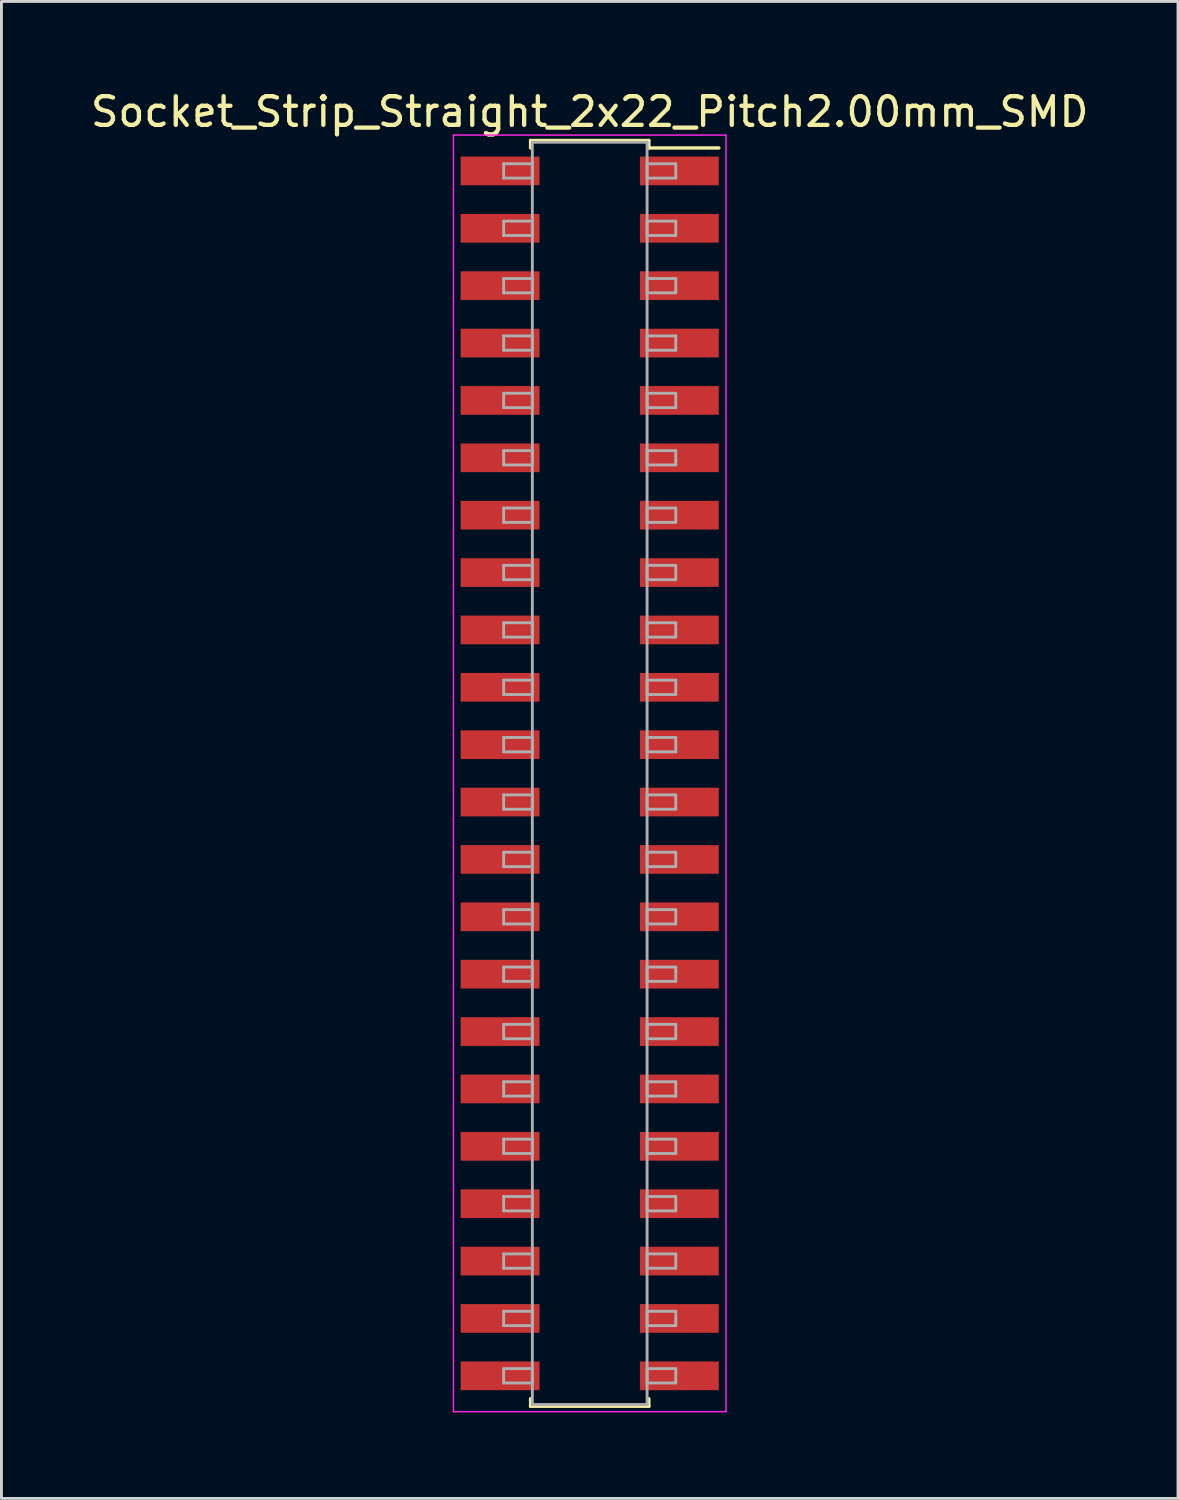
<source format=kicad_pcb>
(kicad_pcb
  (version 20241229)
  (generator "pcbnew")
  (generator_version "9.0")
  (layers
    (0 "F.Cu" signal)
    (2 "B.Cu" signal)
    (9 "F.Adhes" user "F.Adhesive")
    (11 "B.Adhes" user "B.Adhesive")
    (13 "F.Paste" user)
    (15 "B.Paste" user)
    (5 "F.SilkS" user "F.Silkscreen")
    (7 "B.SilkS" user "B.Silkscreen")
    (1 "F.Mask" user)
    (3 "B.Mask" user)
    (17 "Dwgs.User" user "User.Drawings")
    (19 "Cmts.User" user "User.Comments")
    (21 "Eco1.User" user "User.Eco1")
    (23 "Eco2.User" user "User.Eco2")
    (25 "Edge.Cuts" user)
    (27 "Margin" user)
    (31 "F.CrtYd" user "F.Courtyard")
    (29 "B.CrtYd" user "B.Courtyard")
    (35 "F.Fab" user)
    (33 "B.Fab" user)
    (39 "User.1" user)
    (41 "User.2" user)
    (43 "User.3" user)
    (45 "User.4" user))
  (footprint "Socket_Strip_Straight_2x22_Pitch2.00mm_SMD"
    (layer "F.Cu")
    (at 17.506 23.908)
    (property "Reference" "Socket_Strip_Straight_2x22_Pitch2.00mm_SMD" (at 0 -23.06 0) (layer "F.SilkS") (effects (font (size 1 1) (thickness 0.15))))
    (attr smd)
    (fp_line (start -2.06 -22.06) (end 2.06 -22.06) (stroke (width 0.12) (type solid)) (layer "F.SilkS"))
    (fp_line (start -2.06 -21.8) (end -2.06 -22.06) (stroke (width 0.12) (type solid)) (layer "F.SilkS"))
    (fp_line (start -2.06 21.8) (end -2.06 22.06) (stroke (width 0.12) (type solid)) (layer "F.SilkS"))
    (fp_line (start -2.06 22.06) (end 2.06 22.06) (stroke (width 0.12) (type solid)) (layer "F.SilkS"))
    (fp_line (start 2.06 -22.06) (end 2.06 -21.8) (stroke (width 0.12) (type solid)) (layer "F.SilkS"))
    (fp_line (start 2.06 22.06) (end 2.06 21.8) (stroke (width 0.12) (type solid)) (layer "F.SilkS"))
    (fp_line (start 4.5 -21.8) (end 2.06 -21.8) (stroke (width 0.12) (type solid)) (layer "F.SilkS"))
    (fp_line (start -4.75 -22.25) (end -4.75 22.25) (stroke (width 0.05) (type solid)) (layer "F.CrtYd"))
    (fp_line (start -4.75 22.25) (end 4.75 22.25) (stroke (width 0.05) (type solid)) (layer "F.CrtYd"))
    (fp_line (start 4.75 -22.25) (end -4.75 -22.25) (stroke (width 0.05) (type solid)) (layer "F.CrtYd"))
    (fp_line (start 4.75 22.25) (end 4.75 -22.25) (stroke (width 0.05) (type solid)) (layer "F.CrtYd"))
    (fp_line (start -3 -21.25) (end -2 -21.25) (stroke (width 0.1) (type solid)) (layer "F.Fab"))
    (fp_line (start -3 -20.75) (end -3 -21.25) (stroke (width 0.1) (type solid)) (layer "F.Fab"))
    (fp_line (start -3 -19.25) (end -2 -19.25) (stroke (width 0.1) (type solid)) (layer "F.Fab"))
    (fp_line (start -3 -18.75) (end -3 -19.25) (stroke (width 0.1) (type solid)) (layer "F.Fab"))
    (fp_line (start -3 -17.25) (end -2 -17.25) (stroke (width 0.1) (type solid)) (layer "F.Fab"))
    (fp_line (start -3 -16.75) (end -3 -17.25) (stroke (width 0.1) (type solid)) (layer "F.Fab"))
    (fp_line (start -3 -15.25) (end -2 -15.25) (stroke (width 0.1) (type solid)) (layer "F.Fab"))
    (fp_line (start -3 -14.75) (end -3 -15.25) (stroke (width 0.1) (type solid)) (layer "F.Fab"))
    (fp_line (start -3 -13.25) (end -2 -13.25) (stroke (width 0.1) (type solid)) (layer "F.Fab"))
    (fp_line (start -3 -12.75) (end -3 -13.25) (stroke (width 0.1) (type solid)) (layer "F.Fab"))
    (fp_line (start -3 -11.25) (end -2 -11.25) (stroke (width 0.1) (type solid)) (layer "F.Fab"))
    (fp_line (start -3 -10.75) (end -3 -11.25) (stroke (width 0.1) (type solid)) (layer "F.Fab"))
    (fp_line (start -3 -9.25) (end -2 -9.25) (stroke (width 0.1) (type solid)) (layer "F.Fab"))
    (fp_line (start -3 -8.75) (end -3 -9.25) (stroke (width 0.1) (type solid)) (layer "F.Fab"))
    (fp_line (start -3 -7.25) (end -2 -7.25) (stroke (width 0.1) (type solid)) (layer "F.Fab"))
    (fp_line (start -3 -6.75) (end -3 -7.25) (stroke (width 0.1) (type solid)) (layer "F.Fab"))
    (fp_line (start -3 -5.25) (end -2 -5.25) (stroke (width 0.1) (type solid)) (layer "F.Fab"))
    (fp_line (start -3 -4.75) (end -3 -5.25) (stroke (width 0.1) (type solid)) (layer "F.Fab"))
    (fp_line (start -3 -3.25) (end -2 -3.25) (stroke (width 0.1) (type solid)) (layer "F.Fab"))
    (fp_line (start -3 -2.75) (end -3 -3.25) (stroke (width 0.1) (type solid)) (layer "F.Fab"))
    (fp_line (start -3 -1.25) (end -2 -1.25) (stroke (width 0.1) (type solid)) (layer "F.Fab"))
    (fp_line (start -3 -0.75) (end -3 -1.25) (stroke (width 0.1) (type solid)) (layer "F.Fab"))
    (fp_line (start -3 0.75) (end -2 0.75) (stroke (width 0.1) (type solid)) (layer "F.Fab"))
    (fp_line (start -3 1.25) (end -3 0.75) (stroke (width 0.1) (type solid)) (layer "F.Fab"))
    (fp_line (start -3 2.75) (end -2 2.75) (stroke (width 0.1) (type solid)) (layer "F.Fab"))
    (fp_line (start -3 3.25) (end -3 2.75) (stroke (width 0.1) (type solid)) (layer "F.Fab"))
    (fp_line (start -3 4.75) (end -2 4.75) (stroke (width 0.1) (type solid)) (layer "F.Fab"))
    (fp_line (start -3 5.25) (end -3 4.75) (stroke (width 0.1) (type solid)) (layer "F.Fab"))
    (fp_line (start -3 6.75) (end -2 6.75) (stroke (width 0.1) (type solid)) (layer "F.Fab"))
    (fp_line (start -3 7.25) (end -3 6.75) (stroke (width 0.1) (type solid)) (layer "F.Fab"))
    (fp_line (start -3 8.75) (end -2 8.75) (stroke (width 0.1) (type solid)) (layer "F.Fab"))
    (fp_line (start -3 9.25) (end -3 8.75) (stroke (width 0.1) (type solid)) (layer "F.Fab"))
    (fp_line (start -3 10.75) (end -2 10.75) (stroke (width 0.1) (type solid)) (layer "F.Fab"))
    (fp_line (start -3 11.25) (end -3 10.75) (stroke (width 0.1) (type solid)) (layer "F.Fab"))
    (fp_line (start -3 12.75) (end -2 12.75) (stroke (width 0.1) (type solid)) (layer "F.Fab"))
    (fp_line (start -3 13.25) (end -3 12.75) (stroke (width 0.1) (type solid)) (layer "F.Fab"))
    (fp_line (start -3 14.75) (end -2 14.75) (stroke (width 0.1) (type solid)) (layer "F.Fab"))
    (fp_line (start -3 15.25) (end -3 14.75) (stroke (width 0.1) (type solid)) (layer "F.Fab"))
    (fp_line (start -3 16.75) (end -2 16.75) (stroke (width 0.1) (type solid)) (layer "F.Fab"))
    (fp_line (start -3 17.25) (end -3 16.75) (stroke (width 0.1) (type solid)) (layer "F.Fab"))
    (fp_line (start -3 18.75) (end -2 18.75) (stroke (width 0.1) (type solid)) (layer "F.Fab"))
    (fp_line (start -3 19.25) (end -3 18.75) (stroke (width 0.1) (type solid)) (layer "F.Fab"))
    (fp_line (start -3 20.75) (end -2 20.75) (stroke (width 0.1) (type solid)) (layer "F.Fab"))
    (fp_line (start -3 21.25) (end -3 20.75) (stroke (width 0.1) (type solid)) (layer "F.Fab"))
    (fp_line (start -2 -22) (end -2 22) (stroke (width 0.1) (type solid)) (layer "F.Fab"))
    (fp_line (start -2 -21.25) (end -2 -20.75) (stroke (width 0.1) (type solid)) (layer "F.Fab"))
    (fp_line (start -2 -20.75) (end -3 -20.75) (stroke (width 0.1) (type solid)) (layer "F.Fab"))
    (fp_line (start -2 -19.25) (end -2 -18.75) (stroke (width 0.1) (type solid)) (layer "F.Fab"))
    (fp_line (start -2 -18.75) (end -3 -18.75) (stroke (width 0.1) (type solid)) (layer "F.Fab"))
    (fp_line (start -2 -17.25) (end -2 -16.75) (stroke (width 0.1) (type solid)) (layer "F.Fab"))
    (fp_line (start -2 -16.75) (end -3 -16.75) (stroke (width 0.1) (type solid)) (layer "F.Fab"))
    (fp_line (start -2 -15.25) (end -2 -14.75) (stroke (width 0.1) (type solid)) (layer "F.Fab"))
    (fp_line (start -2 -14.75) (end -3 -14.75) (stroke (width 0.1) (type solid)) (layer "F.Fab"))
    (fp_line (start -2 -13.25) (end -2 -12.75) (stroke (width 0.1) (type solid)) (layer "F.Fab"))
    (fp_line (start -2 -12.75) (end -3 -12.75) (stroke (width 0.1) (type solid)) (layer "F.Fab"))
    (fp_line (start -2 -11.25) (end -2 -10.75) (stroke (width 0.1) (type solid)) (layer "F.Fab"))
    (fp_line (start -2 -10.75) (end -3 -10.75) (stroke (width 0.1) (type solid)) (layer "F.Fab"))
    (fp_line (start -2 -9.25) (end -2 -8.75) (stroke (width 0.1) (type solid)) (layer "F.Fab"))
    (fp_line (start -2 -8.75) (end -3 -8.75) (stroke (width 0.1) (type solid)) (layer "F.Fab"))
    (fp_line (start -2 -7.25) (end -2 -6.75) (stroke (width 0.1) (type solid)) (layer "F.Fab"))
    (fp_line (start -2 -6.75) (end -3 -6.75) (stroke (width 0.1) (type solid)) (layer "F.Fab"))
    (fp_line (start -2 -5.25) (end -2 -4.75) (stroke (width 0.1) (type solid)) (layer "F.Fab"))
    (fp_line (start -2 -4.75) (end -3 -4.75) (stroke (width 0.1) (type solid)) (layer "F.Fab"))
    (fp_line (start -2 -3.25) (end -2 -2.75) (stroke (width 0.1) (type solid)) (layer "F.Fab"))
    (fp_line (start -2 -2.75) (end -3 -2.75) (stroke (width 0.1) (type solid)) (layer "F.Fab"))
    (fp_line (start -2 -1.25) (end -2 -0.75) (stroke (width 0.1) (type solid)) (layer "F.Fab"))
    (fp_line (start -2 -0.75) (end -3 -0.75) (stroke (width 0.1) (type solid)) (layer "F.Fab"))
    (fp_line (start -2 0.75) (end -2 1.25) (stroke (width 0.1) (type solid)) (layer "F.Fab"))
    (fp_line (start -2 1.25) (end -3 1.25) (stroke (width 0.1) (type solid)) (layer "F.Fab"))
    (fp_line (start -2 2.75) (end -2 3.25) (stroke (width 0.1) (type solid)) (layer "F.Fab"))
    (fp_line (start -2 3.25) (end -3 3.25) (stroke (width 0.1) (type solid)) (layer "F.Fab"))
    (fp_line (start -2 4.75) (end -2 5.25) (stroke (width 0.1) (type solid)) (layer "F.Fab"))
    (fp_line (start -2 5.25) (end -3 5.25) (stroke (width 0.1) (type solid)) (layer "F.Fab"))
    (fp_line (start -2 6.75) (end -2 7.25) (stroke (width 0.1) (type solid)) (layer "F.Fab"))
    (fp_line (start -2 7.25) (end -3 7.25) (stroke (width 0.1) (type solid)) (layer "F.Fab"))
    (fp_line (start -2 8.75) (end -2 9.25) (stroke (width 0.1) (type solid)) (layer "F.Fab"))
    (fp_line (start -2 9.25) (end -3 9.25) (stroke (width 0.1) (type solid)) (layer "F.Fab"))
    (fp_line (start -2 10.75) (end -2 11.25) (stroke (width 0.1) (type solid)) (layer "F.Fab"))
    (fp_line (start -2 11.25) (end -3 11.25) (stroke (width 0.1) (type solid)) (layer "F.Fab"))
    (fp_line (start -2 12.75) (end -2 13.25) (stroke (width 0.1) (type solid)) (layer "F.Fab"))
    (fp_line (start -2 13.25) (end -3 13.25) (stroke (width 0.1) (type solid)) (layer "F.Fab"))
    (fp_line (start -2 14.75) (end -2 15.25) (stroke (width 0.1) (type solid)) (layer "F.Fab"))
    (fp_line (start -2 15.25) (end -3 15.25) (stroke (width 0.1) (type solid)) (layer "F.Fab"))
    (fp_line (start -2 16.75) (end -2 17.25) (stroke (width 0.1) (type solid)) (layer "F.Fab"))
    (fp_line (start -2 17.25) (end -3 17.25) (stroke (width 0.1) (type solid)) (layer "F.Fab"))
    (fp_line (start -2 18.75) (end -2 19.25) (stroke (width 0.1) (type solid)) (layer "F.Fab"))
    (fp_line (start -2 19.25) (end -3 19.25) (stroke (width 0.1) (type solid)) (layer "F.Fab"))
    (fp_line (start -2 20.75) (end -2 21.25) (stroke (width 0.1) (type solid)) (layer "F.Fab"))
    (fp_line (start -2 21.25) (end -3 21.25) (stroke (width 0.1) (type solid)) (layer "F.Fab"))
    (fp_line (start -2 22) (end 2 22) (stroke (width 0.1) (type solid)) (layer "F.Fab"))
    (fp_line (start 2 -22) (end -2 -22) (stroke (width 0.1) (type solid)) (layer "F.Fab"))
    (fp_line (start 2 -21.25) (end 2 -20.75) (stroke (width 0.1) (type solid)) (layer "F.Fab"))
    (fp_line (start 2 -20.75) (end 3 -20.75) (stroke (width 0.1) (type solid)) (layer "F.Fab"))
    (fp_line (start 2 -19.25) (end 2 -18.75) (stroke (width 0.1) (type solid)) (layer "F.Fab"))
    (fp_line (start 2 -18.75) (end 3 -18.75) (stroke (width 0.1) (type solid)) (layer "F.Fab"))
    (fp_line (start 2 -17.25) (end 2 -16.75) (stroke (width 0.1) (type solid)) (layer "F.Fab"))
    (fp_line (start 2 -16.75) (end 3 -16.75) (stroke (width 0.1) (type solid)) (layer "F.Fab"))
    (fp_line (start 2 -15.25) (end 2 -14.75) (stroke (width 0.1) (type solid)) (layer "F.Fab"))
    (fp_line (start 2 -14.75) (end 3 -14.75) (stroke (width 0.1) (type solid)) (layer "F.Fab"))
    (fp_line (start 2 -13.25) (end 2 -12.75) (stroke (width 0.1) (type solid)) (layer "F.Fab"))
    (fp_line (start 2 -12.75) (end 3 -12.75) (stroke (width 0.1) (type solid)) (layer "F.Fab"))
    (fp_line (start 2 -11.25) (end 2 -10.75) (stroke (width 0.1) (type solid)) (layer "F.Fab"))
    (fp_line (start 2 -10.75) (end 3 -10.75) (stroke (width 0.1) (type solid)) (layer "F.Fab"))
    (fp_line (start 2 -9.25) (end 2 -8.75) (stroke (width 0.1) (type solid)) (layer "F.Fab"))
    (fp_line (start 2 -8.75) (end 3 -8.75) (stroke (width 0.1) (type solid)) (layer "F.Fab"))
    (fp_line (start 2 -7.25) (end 2 -6.75) (stroke (width 0.1) (type solid)) (layer "F.Fab"))
    (fp_line (start 2 -6.75) (end 3 -6.75) (stroke (width 0.1) (type solid)) (layer "F.Fab"))
    (fp_line (start 2 -5.25) (end 2 -4.75) (stroke (width 0.1) (type solid)) (layer "F.Fab"))
    (fp_line (start 2 -4.75) (end 3 -4.75) (stroke (width 0.1) (type solid)) (layer "F.Fab"))
    (fp_line (start 2 -3.25) (end 2 -2.75) (stroke (width 0.1) (type solid)) (layer "F.Fab"))
    (fp_line (start 2 -2.75) (end 3 -2.75) (stroke (width 0.1) (type solid)) (layer "F.Fab"))
    (fp_line (start 2 -1.25) (end 2 -0.75) (stroke (width 0.1) (type solid)) (layer "F.Fab"))
    (fp_line (start 2 -0.75) (end 3 -0.75) (stroke (width 0.1) (type solid)) (layer "F.Fab"))
    (fp_line (start 2 0.75) (end 2 1.25) (stroke (width 0.1) (type solid)) (layer "F.Fab"))
    (fp_line (start 2 1.25) (end 3 1.25) (stroke (width 0.1) (type solid)) (layer "F.Fab"))
    (fp_line (start 2 2.75) (end 2 3.25) (stroke (width 0.1) (type solid)) (layer "F.Fab"))
    (fp_line (start 2 3.25) (end 3 3.25) (stroke (width 0.1) (type solid)) (layer "F.Fab"))
    (fp_line (start 2 4.75) (end 2 5.25) (stroke (width 0.1) (type solid)) (layer "F.Fab"))
    (fp_line (start 2 5.25) (end 3 5.25) (stroke (width 0.1) (type solid)) (layer "F.Fab"))
    (fp_line (start 2 6.75) (end 2 7.25) (stroke (width 0.1) (type solid)) (layer "F.Fab"))
    (fp_line (start 2 7.25) (end 3 7.25) (stroke (width 0.1) (type solid)) (layer "F.Fab"))
    (fp_line (start 2 8.75) (end 2 9.25) (stroke (width 0.1) (type solid)) (layer "F.Fab"))
    (fp_line (start 2 9.25) (end 3 9.25) (stroke (width 0.1) (type solid)) (layer "F.Fab"))
    (fp_line (start 2 10.75) (end 2 11.25) (stroke (width 0.1) (type solid)) (layer "F.Fab"))
    (fp_line (start 2 11.25) (end 3 11.25) (stroke (width 0.1) (type solid)) (layer "F.Fab"))
    (fp_line (start 2 12.75) (end 2 13.25) (stroke (width 0.1) (type solid)) (layer "F.Fab"))
    (fp_line (start 2 13.25) (end 3 13.25) (stroke (width 0.1) (type solid)) (layer "F.Fab"))
    (fp_line (start 2 14.75) (end 2 15.25) (stroke (width 0.1) (type solid)) (layer "F.Fab"))
    (fp_line (start 2 15.25) (end 3 15.25) (stroke (width 0.1) (type solid)) (layer "F.Fab"))
    (fp_line (start 2 16.75) (end 2 17.25) (stroke (width 0.1) (type solid)) (layer "F.Fab"))
    (fp_line (start 2 17.25) (end 3 17.25) (stroke (width 0.1) (type solid)) (layer "F.Fab"))
    (fp_line (start 2 18.75) (end 2 19.25) (stroke (width 0.1) (type solid)) (layer "F.Fab"))
    (fp_line (start 2 19.25) (end 3 19.25) (stroke (width 0.1) (type solid)) (layer "F.Fab"))
    (fp_line (start 2 20.75) (end 2 21.25) (stroke (width 0.1) (type solid)) (layer "F.Fab"))
    (fp_line (start 2 21.25) (end 3 21.25) (stroke (width 0.1) (type solid)) (layer "F.Fab"))
    (fp_line (start 2 22) (end 2 -22) (stroke (width 0.1) (type solid)) (layer "F.Fab"))
    (fp_line (start 3 -21.25) (end 2 -21.25) (stroke (width 0.1) (type solid)) (layer "F.Fab"))
    (fp_line (start 3 -20.75) (end 3 -21.25) (stroke (width 0.1) (type solid)) (layer "F.Fab"))
    (fp_line (start 3 -19.25) (end 2 -19.25) (stroke (width 0.1) (type solid)) (layer "F.Fab"))
    (fp_line (start 3 -18.75) (end 3 -19.25) (stroke (width 0.1) (type solid)) (layer "F.Fab"))
    (fp_line (start 3 -17.25) (end 2 -17.25) (stroke (width 0.1) (type solid)) (layer "F.Fab"))
    (fp_line (start 3 -16.75) (end 3 -17.25) (stroke (width 0.1) (type solid)) (layer "F.Fab"))
    (fp_line (start 3 -15.25) (end 2 -15.25) (stroke (width 0.1) (type solid)) (layer "F.Fab"))
    (fp_line (start 3 -14.75) (end 3 -15.25) (stroke (width 0.1) (type solid)) (layer "F.Fab"))
    (fp_line (start 3 -13.25) (end 2 -13.25) (stroke (width 0.1) (type solid)) (layer "F.Fab"))
    (fp_line (start 3 -12.75) (end 3 -13.25) (stroke (width 0.1) (type solid)) (layer "F.Fab"))
    (fp_line (start 3 -11.25) (end 2 -11.25) (stroke (width 0.1) (type solid)) (layer "F.Fab"))
    (fp_line (start 3 -10.75) (end 3 -11.25) (stroke (width 0.1) (type solid)) (layer "F.Fab"))
    (fp_line (start 3 -9.25) (end 2 -9.25) (stroke (width 0.1) (type solid)) (layer "F.Fab"))
    (fp_line (start 3 -8.75) (end 3 -9.25) (stroke (width 0.1) (type solid)) (layer "F.Fab"))
    (fp_line (start 3 -7.25) (end 2 -7.25) (stroke (width 0.1) (type solid)) (layer "F.Fab"))
    (fp_line (start 3 -6.75) (end 3 -7.25) (stroke (width 0.1) (type solid)) (layer "F.Fab"))
    (fp_line (start 3 -5.25) (end 2 -5.25) (stroke (width 0.1) (type solid)) (layer "F.Fab"))
    (fp_line (start 3 -4.75) (end 3 -5.25) (stroke (width 0.1) (type solid)) (layer "F.Fab"))
    (fp_line (start 3 -3.25) (end 2 -3.25) (stroke (width 0.1) (type solid)) (layer "F.Fab"))
    (fp_line (start 3 -2.75) (end 3 -3.25) (stroke (width 0.1) (type solid)) (layer "F.Fab"))
    (fp_line (start 3 -1.25) (end 2 -1.25) (stroke (width 0.1) (type solid)) (layer "F.Fab"))
    (fp_line (start 3 -0.75) (end 3 -1.25) (stroke (width 0.1) (type solid)) (layer "F.Fab"))
    (fp_line (start 3 0.75) (end 2 0.75) (stroke (width 0.1) (type solid)) (layer "F.Fab"))
    (fp_line (start 3 1.25) (end 3 0.75) (stroke (width 0.1) (type solid)) (layer "F.Fab"))
    (fp_line (start 3 2.75) (end 2 2.75) (stroke (width 0.1) (type solid)) (layer "F.Fab"))
    (fp_line (start 3 3.25) (end 3 2.75) (stroke (width 0.1) (type solid)) (layer "F.Fab"))
    (fp_line (start 3 4.75) (end 2 4.75) (stroke (width 0.1) (type solid)) (layer "F.Fab"))
    (fp_line (start 3 5.25) (end 3 4.75) (stroke (width 0.1) (type solid)) (layer "F.Fab"))
    (fp_line (start 3 6.75) (end 2 6.75) (stroke (width 0.1) (type solid)) (layer "F.Fab"))
    (fp_line (start 3 7.25) (end 3 6.75) (stroke (width 0.1) (type solid)) (layer "F.Fab"))
    (fp_line (start 3 8.75) (end 2 8.75) (stroke (width 0.1) (type solid)) (layer "F.Fab"))
    (fp_line (start 3 9.25) (end 3 8.75) (stroke (width 0.1) (type solid)) (layer "F.Fab"))
    (fp_line (start 3 10.75) (end 2 10.75) (stroke (width 0.1) (type solid)) (layer "F.Fab"))
    (fp_line (start 3 11.25) (end 3 10.75) (stroke (width 0.1) (type solid)) (layer "F.Fab"))
    (fp_line (start 3 12.75) (end 2 12.75) (stroke (width 0.1) (type solid)) (layer "F.Fab"))
    (fp_line (start 3 13.25) (end 3 12.75) (stroke (width 0.1) (type solid)) (layer "F.Fab"))
    (fp_line (start 3 14.75) (end 2 14.75) (stroke (width 0.1) (type solid)) (layer "F.Fab"))
    (fp_line (start 3 15.25) (end 3 14.75) (stroke (width 0.1) (type solid)) (layer "F.Fab"))
    (fp_line (start 3 16.75) (end 2 16.75) (stroke (width 0.1) (type solid)) (layer "F.Fab"))
    (fp_line (start 3 17.25) (end 3 16.75) (stroke (width 0.1) (type solid)) (layer "F.Fab"))
    (fp_line (start 3 18.75) (end 2 18.75) (stroke (width 0.1) (type solid)) (layer "F.Fab"))
    (fp_line (start 3 19.25) (end 3 18.75) (stroke (width 0.1) (type solid)) (layer "F.Fab"))
    (fp_line (start 3 20.75) (end 2 20.75) (stroke (width 0.1) (type solid)) (layer "F.Fab"))
    (fp_line (start 3 21.25) (end 3 20.75) (stroke (width 0.1) (type solid)) (layer "F.Fab"))
    (pad "1" smd rect (at 3.125 -21) (size 2.75 1) (layers "F.Cu" "F.Mask"))
    (pad "2" smd rect (at -3.125 -21) (size 2.75 1) (layers "F.Cu" "F.Mask"))
    (pad "3" smd rect (at 3.125 -19) (size 2.75 1) (layers "F.Cu" "F.Mask"))
    (pad "4" smd rect (at -3.125 -19) (size 2.75 1) (layers "F.Cu" "F.Mask"))
    (pad "5" smd rect (at 3.125 -17) (size 2.75 1) (layers "F.Cu" "F.Mask"))
    (pad "6" smd rect (at -3.125 -17) (size 2.75 1) (layers "F.Cu" "F.Mask"))
    (pad "7" smd rect (at 3.125 -15) (size 2.75 1) (layers "F.Cu" "F.Mask"))
    (pad "8" smd rect (at -3.125 -15) (size 2.75 1) (layers "F.Cu" "F.Mask"))
    (pad "9" smd rect (at 3.125 -13) (size 2.75 1) (layers "F.Cu" "F.Mask"))
    (pad "10" smd rect (at -3.125 -13) (size 2.75 1) (layers "F.Cu" "F.Mask"))
    (pad "11" smd rect (at 3.125 -11) (size 2.75 1) (layers "F.Cu" "F.Mask"))
    (pad "12" smd rect (at -3.125 -11) (size 2.75 1) (layers "F.Cu" "F.Mask"))
    (pad "13" smd rect (at 3.125 -9) (size 2.75 1) (layers "F.Cu" "F.Mask"))
    (pad "14" smd rect (at -3.125 -9) (size 2.75 1) (layers "F.Cu" "F.Mask"))
    (pad "15" smd rect (at 3.125 -7) (size 2.75 1) (layers "F.Cu" "F.Mask"))
    (pad "16" smd rect (at -3.125 -7) (size 2.75 1) (layers "F.Cu" "F.Mask"))
    (pad "17" smd rect (at 3.125 -5) (size 2.75 1) (layers "F.Cu" "F.Mask"))
    (pad "18" smd rect (at -3.125 -5) (size 2.75 1) (layers "F.Cu" "F.Mask"))
    (pad "19" smd rect (at 3.125 -3) (size 2.75 1) (layers "F.Cu" "F.Mask"))
    (pad "20" smd rect (at -3.125 -3) (size 2.75 1) (layers "F.Cu" "F.Mask"))
    (pad "21" smd rect (at 3.125 -1) (size 2.75 1) (layers "F.Cu" "F.Mask"))
    (pad "22" smd rect (at -3.125 -1) (size 2.75 1) (layers "F.Cu" "F.Mask"))
    (pad "23" smd rect (at 3.125 1) (size 2.75 1) (layers "F.Cu" "F.Mask"))
    (pad "24" smd rect (at -3.125 1) (size 2.75 1) (layers "F.Cu" "F.Mask"))
    (pad "25" smd rect (at 3.125 3) (size 2.75 1) (layers "F.Cu" "F.Mask"))
    (pad "26" smd rect (at -3.125 3) (size 2.75 1) (layers "F.Cu" "F.Mask"))
    (pad "27" smd rect (at 3.125 5) (size 2.75 1) (layers "F.Cu" "F.Mask"))
    (pad "28" smd rect (at -3.125 5) (size 2.75 1) (layers "F.Cu" "F.Mask"))
    (pad "29" smd rect (at 3.125 7) (size 2.75 1) (layers "F.Cu" "F.Mask"))
    (pad "30" smd rect (at -3.125 7) (size 2.75 1) (layers "F.Cu" "F.Mask"))
    (pad "31" smd rect (at 3.125 9) (size 2.75 1) (layers "F.Cu" "F.Mask"))
    (pad "32" smd rect (at -3.125 9) (size 2.75 1) (layers "F.Cu" "F.Mask"))
    (pad "33" smd rect (at 3.125 11) (size 2.75 1) (layers "F.Cu" "F.Mask"))
    (pad "34" smd rect (at -3.125 11) (size 2.75 1) (layers "F.Cu" "F.Mask"))
    (pad "35" smd rect (at 3.125 13) (size 2.75 1) (layers "F.Cu" "F.Mask"))
    (pad "36" smd rect (at -3.125 13) (size 2.75 1) (layers "F.Cu" "F.Mask"))
    (pad "37" smd rect (at 3.125 15) (size 2.75 1) (layers "F.Cu" "F.Mask"))
    (pad "38" smd rect (at -3.125 15) (size 2.75 1) (layers "F.Cu" "F.Mask"))
    (pad "39" smd rect (at 3.125 17) (size 2.75 1) (layers "F.Cu" "F.Mask"))
    (pad "40" smd rect (at -3.125 17) (size 2.75 1) (layers "F.Cu" "F.Mask"))
    (pad "41" smd rect (at 3.125 19) (size 2.75 1) (layers "F.Cu" "F.Mask"))
    (pad "42" smd rect (at -3.125 19) (size 2.75 1) (layers "F.Cu" "F.Mask"))
    (pad "43" smd rect (at 3.125 21) (size 2.75 1) (layers "F.Cu" "F.Mask"))
    (pad "44" smd rect (at -3.125 21) (size 2.75 1) (layers "F.Cu" "F.Mask")))
  (gr_rect
    (start -3 -3)
    (end 38.012 49.183)
    (stroke (width 0.1) (type default))
    (fill no)
    (layer "Edge.Cuts")))
</source>
